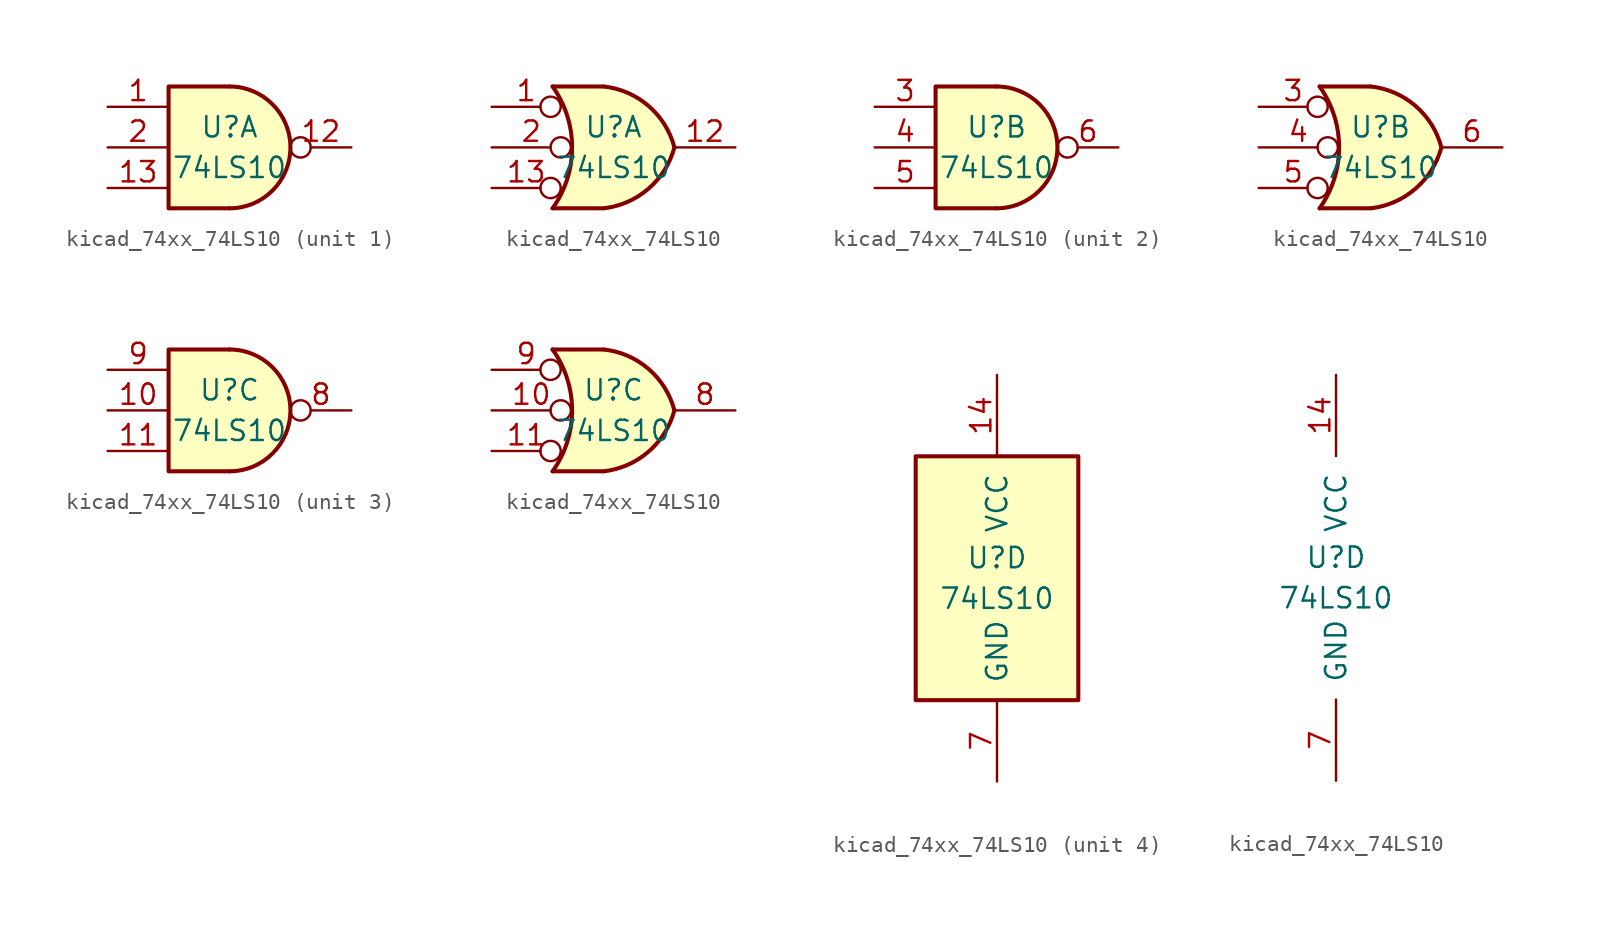
<source format=kicad_sym>
(kicad_symbol_lib
  (version 20220914)
  (generator kicad_symbol_editor)
  (symbol "kicad_74xx_74LS10"
    (pin_names
      (offset 1.016))
    (property "Reference" "U"
      (at 0 1.27 0)
      (effects (font (size 1.27 1.27))))
    (property "Value" "74LS10"
      (at 0 -1.27 0)
      (effects (font (size 1.27 1.27))))
    (property "ki_locked" ""
      (at 0 0 0)
      (effects (font (size 1.27 1.27))))
    (symbol "kicad_74xx_74LS10_1_1"
      (arc (start 0 -3.81) (mid 3.7934 0) (end 0 3.81) (stroke (width 0.254) (type default)) (fill (type background)))
      (polyline (pts (xy 0 3.81) (xy -3.81 3.81) (xy -3.81 -3.81) (xy 0 -3.81)) (stroke (width 0.254) (type default)) (fill (type background)))
      (pin input line (at -7.62 2.54 0) (length 3.81) (name "~" (effects (font (size 1.27 1.27)))) (number "1" (effects (font (size 1.27 1.27)))))
      (pin output inverted (at 7.62 0 180) (length 3.81) (name "~" (effects (font (size 1.27 1.27)))) (number "12" (effects (font (size 1.27 1.27)))))
      (pin input line (at -7.62 -2.54 0) (length 3.81) (name "~" (effects (font (size 1.27 1.27)))) (number "13" (effects (font (size 1.27 1.27)))))
      (pin input line (at -7.62 0 0) (length 3.81) (name "~" (effects (font (size 1.27 1.27)))) (number "2" (effects (font (size 1.27 1.27))))))
    (symbol "kicad_74xx_74LS10_1_2"
      (arc (start -3.81 -3.81) (mid -2.589 0) (end -3.81 3.81) (stroke (width 0.254) (type default)) (fill (type none)))
      (arc (start -0.6096 -3.81) (mid 2.1842 -2.5851) (end 3.81 0) (stroke (width 0.254) (type default)) (fill (type background)))
      (polyline (pts (xy -3.81 -3.81) (xy -0.635 -3.81)) (stroke (width 0.254) (type default)) (fill (type background)))
      (polyline (pts (xy -3.81 3.81) (xy -0.635 3.81)) (stroke (width 0.254) (type default)) (fill (type background)))
      (polyline (pts (xy -0.635 3.81) (xy -3.81 3.81) (xy -3.81 3.81) (xy -3.556 3.404) (xy -3.023 2.261) (xy -2.692 1.041) (xy -2.616 -0.254) (xy -2.769 -1.499) (xy -3.175 -2.718) (xy -3.81 -3.81) (xy -3.81 -3.81) (xy -0.635 -3.81)) (stroke (width -25.4) (type default)) (fill (type background)))
      (arc (start 3.81 0) (mid 2.1915 2.5936) (end -0.6096 3.81) (stroke (width 0.254) (type default)) (fill (type background)))
      (pin input inverted (at -7.62 2.54 0) (length 4.318) (name "~" (effects (font (size 1.27 1.27)))) (number "1" (effects (font (size 1.27 1.27)))))
      (pin output line (at 7.62 0 180) (length 3.81) (name "~" (effects (font (size 1.27 1.27)))) (number "12" (effects (font (size 1.27 1.27)))))
      (pin input inverted (at -7.62 -2.54 0) (length 4.318) (name "~" (effects (font (size 1.27 1.27)))) (number "13" (effects (font (size 1.27 1.27)))))
      (pin input inverted (at -7.62 0 0) (length 4.953) (name "~" (effects (font (size 1.27 1.27)))) (number "2" (effects (font (size 1.27 1.27))))))
    (symbol "kicad_74xx_74LS10_2_1"
      (arc (start 0 -3.81) (mid 3.7934 0) (end 0 3.81) (stroke (width 0.254) (type default)) (fill (type background)))
      (polyline (pts (xy 0 3.81) (xy -3.81 3.81) (xy -3.81 -3.81) (xy 0 -3.81)) (stroke (width 0.254) (type default)) (fill (type background)))
      (pin input line (at -7.62 2.54 0) (length 3.81) (name "~" (effects (font (size 1.27 1.27)))) (number "3" (effects (font (size 1.27 1.27)))))
      (pin input line (at -7.62 0 0) (length 3.81) (name "~" (effects (font (size 1.27 1.27)))) (number "4" (effects (font (size 1.27 1.27)))))
      (pin input line (at -7.62 -2.54 0) (length 3.81) (name "~" (effects (font (size 1.27 1.27)))) (number "5" (effects (font (size 1.27 1.27)))))
      (pin output inverted (at 7.62 0 180) (length 3.81) (name "~" (effects (font (size 1.27 1.27)))) (number "6" (effects (font (size 1.27 1.27))))))
    (symbol "kicad_74xx_74LS10_2_2"
      (arc (start -3.81 -3.81) (mid -2.589 0) (end -3.81 3.81) (stroke (width 0.254) (type default)) (fill (type none)))
      (arc (start -0.6096 -3.81) (mid 2.1842 -2.5851) (end 3.81 0) (stroke (width 0.254) (type default)) (fill (type background)))
      (polyline (pts (xy -3.81 -3.81) (xy -0.635 -3.81)) (stroke (width 0.254) (type default)) (fill (type background)))
      (polyline (pts (xy -3.81 3.81) (xy -0.635 3.81)) (stroke (width 0.254) (type default)) (fill (type background)))
      (polyline (pts (xy -0.635 3.81) (xy -3.81 3.81) (xy -3.81 3.81) (xy -3.556 3.404) (xy -3.023 2.261) (xy -2.692 1.041) (xy -2.616 -0.254) (xy -2.769 -1.499) (xy -3.175 -2.718) (xy -3.81 -3.81) (xy -3.81 -3.81) (xy -0.635 -3.81)) (stroke (width -25.4) (type default)) (fill (type background)))
      (arc (start 3.81 0) (mid 2.1915 2.5936) (end -0.6096 3.81) (stroke (width 0.254) (type default)) (fill (type background)))
      (pin input inverted (at -7.62 2.54 0) (length 4.318) (name "~" (effects (font (size 1.27 1.27)))) (number "3" (effects (font (size 1.27 1.27)))))
      (pin input inverted (at -7.62 0 0) (length 4.953) (name "~" (effects (font (size 1.27 1.27)))) (number "4" (effects (font (size 1.27 1.27)))))
      (pin input inverted (at -7.62 -2.54 0) (length 4.318) (name "~" (effects (font (size 1.27 1.27)))) (number "5" (effects (font (size 1.27 1.27)))))
      (pin output line (at 7.62 0 180) (length 3.81) (name "~" (effects (font (size 1.27 1.27)))) (number "6" (effects (font (size 1.27 1.27))))))
    (symbol "kicad_74xx_74LS10_3_1"
      (arc (start 0 -3.81) (mid 3.7934 0) (end 0 3.81) (stroke (width 0.254) (type default)) (fill (type background)))
      (polyline (pts (xy 0 3.81) (xy -3.81 3.81) (xy -3.81 -3.81) (xy 0 -3.81)) (stroke (width 0.254) (type default)) (fill (type background)))
      (pin input line (at -7.62 0 0) (length 3.81) (name "~" (effects (font (size 1.27 1.27)))) (number "10" (effects (font (size 1.27 1.27)))))
      (pin input line (at -7.62 -2.54 0) (length 3.81) (name "~" (effects (font (size 1.27 1.27)))) (number "11" (effects (font (size 1.27 1.27)))))
      (pin output inverted (at 7.62 0 180) (length 3.81) (name "~" (effects (font (size 1.27 1.27)))) (number "8" (effects (font (size 1.27 1.27)))))
      (pin input line (at -7.62 2.54 0) (length 3.81) (name "~" (effects (font (size 1.27 1.27)))) (number "9" (effects (font (size 1.27 1.27))))))
    (symbol "kicad_74xx_74LS10_3_2"
      (arc (start -3.81 -3.81) (mid -2.589 0) (end -3.81 3.81) (stroke (width 0.254) (type default)) (fill (type none)))
      (arc (start -0.6096 -3.81) (mid 2.1842 -2.5851) (end 3.81 0) (stroke (width 0.254) (type default)) (fill (type background)))
      (polyline (pts (xy -3.81 -3.81) (xy -0.635 -3.81)) (stroke (width 0.254) (type default)) (fill (type background)))
      (polyline (pts (xy -3.81 3.81) (xy -0.635 3.81)) (stroke (width 0.254) (type default)) (fill (type background)))
      (polyline (pts (xy -0.635 3.81) (xy -3.81 3.81) (xy -3.81 3.81) (xy -3.556 3.404) (xy -3.023 2.261) (xy -2.692 1.041) (xy -2.616 -0.254) (xy -2.769 -1.499) (xy -3.175 -2.718) (xy -3.81 -3.81) (xy -3.81 -3.81) (xy -0.635 -3.81)) (stroke (width -25.4) (type default)) (fill (type background)))
      (arc (start 3.81 0) (mid 2.1915 2.5936) (end -0.6096 3.81) (stroke (width 0.254) (type default)) (fill (type background)))
      (pin input inverted (at -7.62 0 0) (length 4.953) (name "~" (effects (font (size 1.27 1.27)))) (number "10" (effects (font (size 1.27 1.27)))))
      (pin input inverted (at -7.62 -2.54 0) (length 4.318) (name "~" (effects (font (size 1.27 1.27)))) (number "11" (effects (font (size 1.27 1.27)))))
      (pin output line (at 7.62 0 180) (length 3.81) (name "~" (effects (font (size 1.27 1.27)))) (number "8" (effects (font (size 1.27 1.27)))))
      (pin input inverted (at -7.62 2.54 0) (length 4.318) (name "~" (effects (font (size 1.27 1.27)))) (number "9" (effects (font (size 1.27 1.27))))))
    (symbol "kicad_74xx_74LS10_4_0"
      (pin power_in line (at 0 12.7 270) (length 5.08) (name "VCC" (effects (font (size 1.27 1.27)))) (number "14" (effects (font (size 1.27 1.27)))))
      (pin power_in line (at 0 -12.7 90) (length 5.08) (name "GND" (effects (font (size 1.27 1.27)))) (number "7" (effects (font (size 1.27 1.27))))))
    (symbol "kicad_74xx_74LS10_4_1"
      (rectangle (start -5.08 7.62) (end 5.08 -7.62) (stroke (width 0.254) (type default)) (fill (type background))))))
</source>
